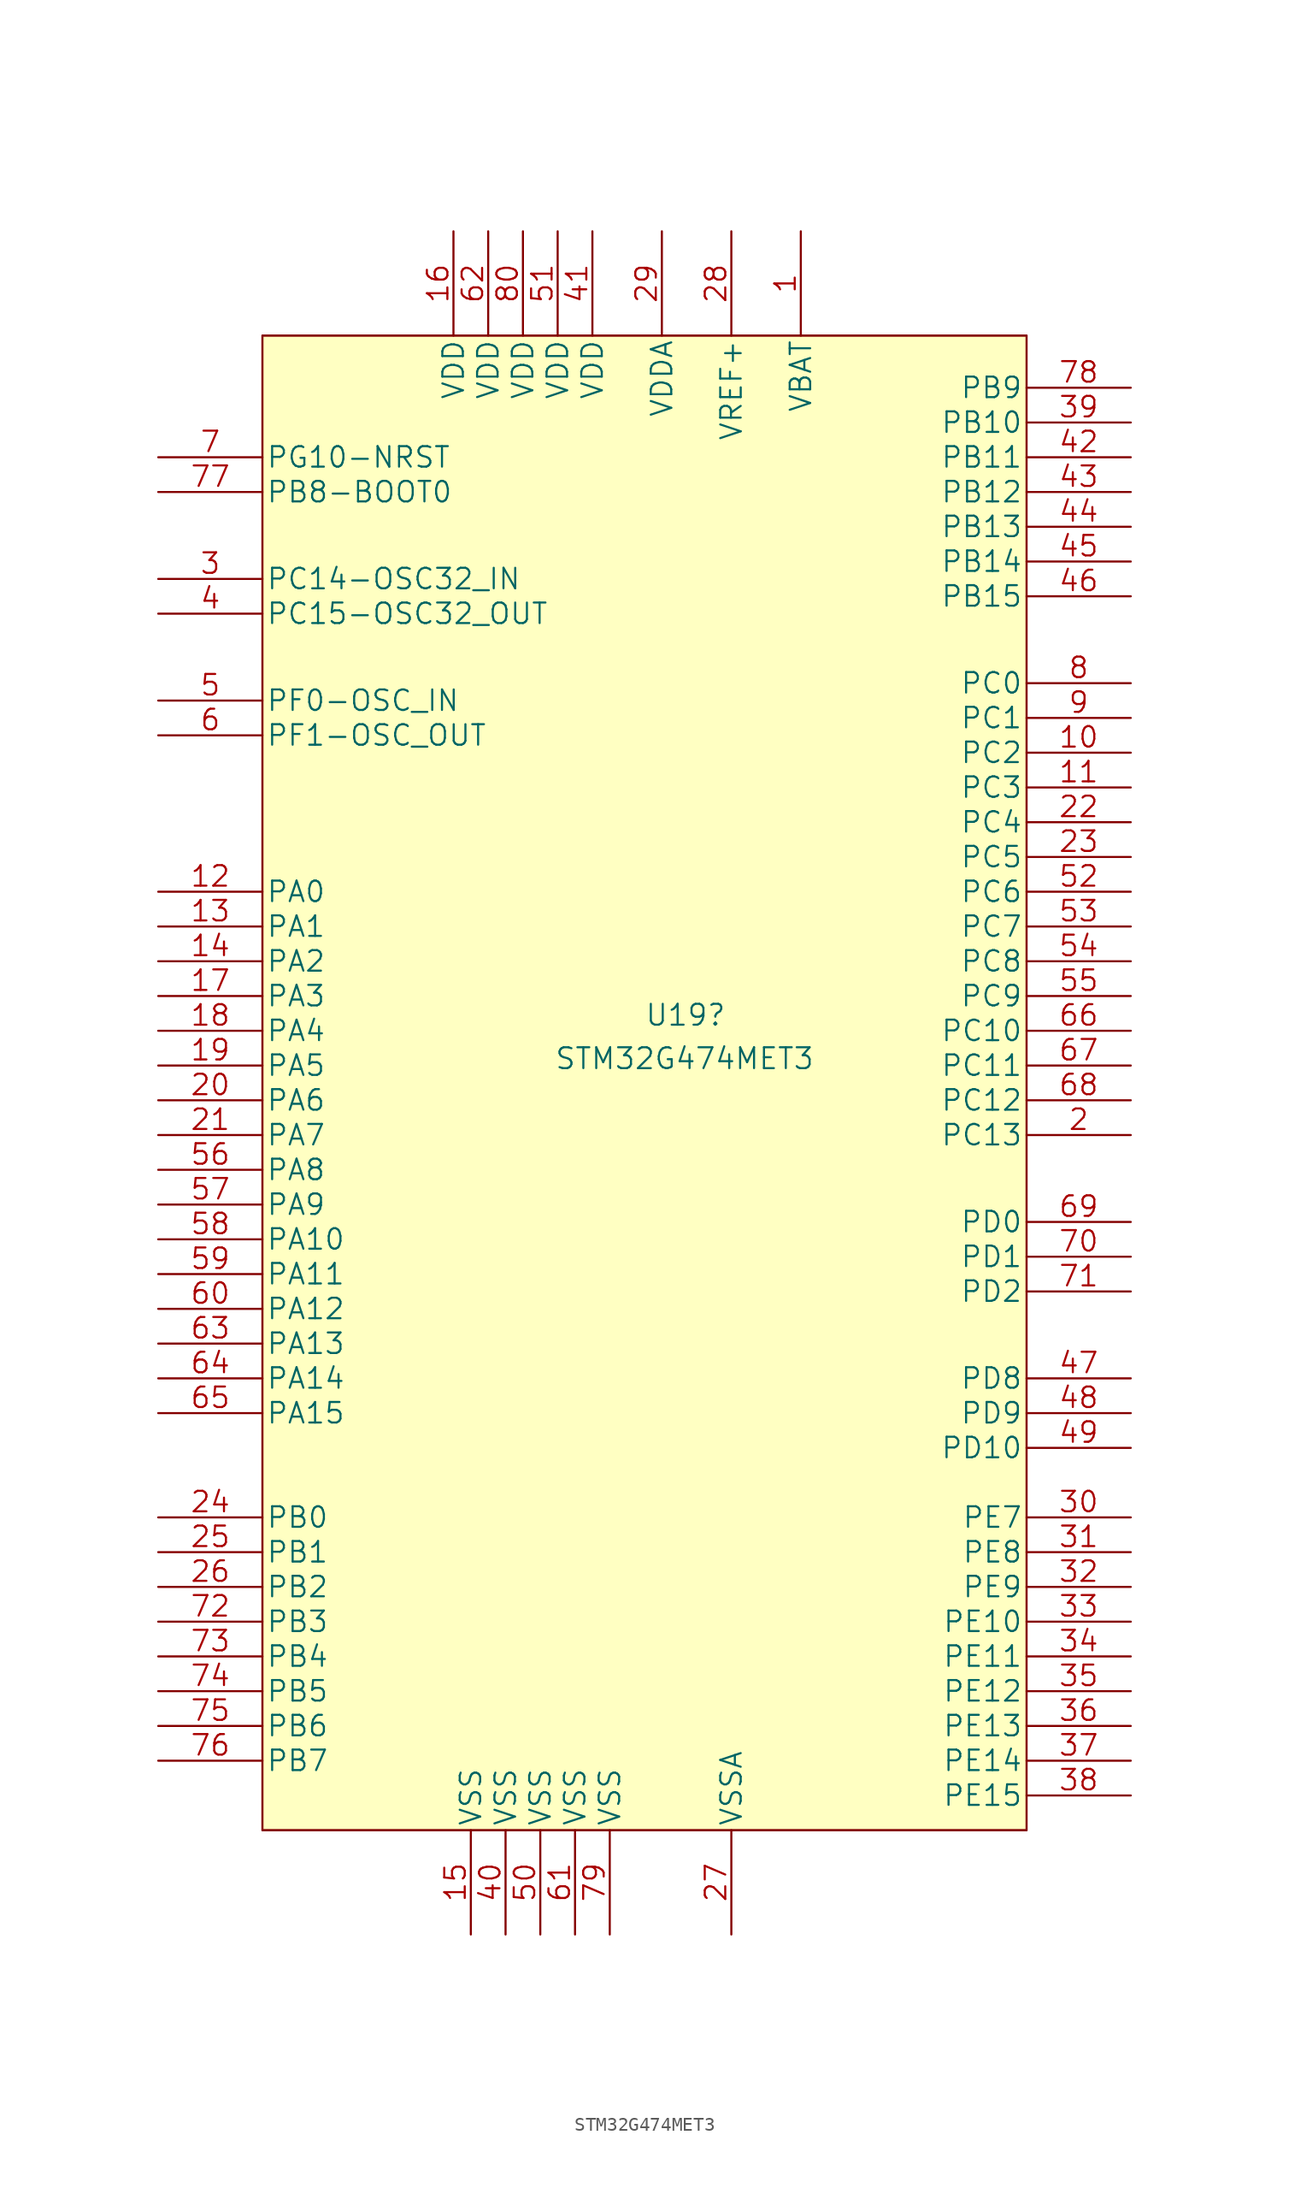
<source format=kicad_sym>
(kicad_symbol_lib
  (version 20220914)
  (generator kicad_symbol_editor)
  (symbol "STM32G474MET3"
    (pin_names
      (offset 0.254))
    (property "Reference" "U19"
      (at 35.56 -44.577 0)
      (effects (font (size 1.524 1.524)) (justify left)))
    (property "Value" "STM32G474MET3"
      (at 28.956 -47.752 0)
      (effects (font (size 1.524 1.524)) (justify left)))
    (property "ki_locked" ""
      (at 0 0 0)
      (effects (font (size 1.27 1.27))))
    (symbol "STM32G474MET3_0_1"
      (rectangle (start 7.62 5.08) (end 63.5 -104.14) (stroke (width 0) (type default)) (fill (type background))))
    (symbol "STM32G474MET3_1_1"
      (polyline (pts (xy 7.62 -104.14) (xy 63.5 -104.14)) (stroke (width 0.127) (type default)) (fill (type none)))
      (polyline (pts (xy 7.62 5.08) (xy 7.62 -104.14)) (stroke (width 0.127) (type default)) (fill (type none)))
      (polyline (pts (xy 63.5 -104.14) (xy 63.5 5.08)) (stroke (width 0.127) (type default)) (fill (type none)))
      (polyline (pts (xy 63.5 5.08) (xy 7.62 5.08)) (stroke (width 0.127) (type default)) (fill (type none)))
      (pin power_in line (at 46.99 12.7 270) (length 7.62) (name "VBAT" (effects (font (size 1.499 1.499)))) (number "1" (effects (font (size 1.499 1.499)))))
      (pin bidirectional line (at 71.12 -25.4 180) (length 7.62) (name "PC2" (effects (font (size 1.499 1.499)))) (number "10" (effects (font (size 1.499 1.499)))))
      (pin bidirectional line (at 71.12 -27.94 180) (length 7.62) (name "PC3" (effects (font (size 1.499 1.499)))) (number "11" (effects (font (size 1.499 1.499)))))
      (pin bidirectional line (at 0 -35.56 0) (length 7.62) (name "PA0" (effects (font (size 1.499 1.499)))) (number "12" (effects (font (size 1.499 1.499)))))
      (pin bidirectional line (at 0 -38.1 0) (length 7.62) (name "PA1" (effects (font (size 1.499 1.499)))) (number "13" (effects (font (size 1.499 1.499)))))
      (pin bidirectional line (at 0 -40.64 0) (length 7.62) (name "PA2" (effects (font (size 1.499 1.499)))) (number "14" (effects (font (size 1.499 1.499)))))
      (pin power_in line (at 22.86 -111.76 90) (length 7.62) (name "VSS" (effects (font (size 1.499 1.499)))) (number "15" (effects (font (size 1.499 1.499)))))
      (pin power_in line (at 21.59 12.7 270) (length 7.62) (name "VDD" (effects (font (size 1.499 1.499)))) (number "16" (effects (font (size 1.499 1.499)))))
      (pin bidirectional line (at 0 -43.18 0) (length 7.62) (name "PA3" (effects (font (size 1.499 1.499)))) (number "17" (effects (font (size 1.499 1.499)))))
      (pin bidirectional line (at 0 -45.72 0) (length 7.62) (name "PA4" (effects (font (size 1.499 1.499)))) (number "18" (effects (font (size 1.499 1.499)))))
      (pin bidirectional line (at 0 -48.26 0) (length 7.62) (name "PA5" (effects (font (size 1.499 1.499)))) (number "19" (effects (font (size 1.499 1.499)))))
      (pin bidirectional line (at 71.12 -53.34 180) (length 7.62) (name "PC13" (effects (font (size 1.499 1.499)))) (number "2" (effects (font (size 1.499 1.499)))))
      (pin bidirectional line (at 0 -50.8 0) (length 7.62) (name "PA6" (effects (font (size 1.499 1.499)))) (number "20" (effects (font (size 1.499 1.499)))))
      (pin bidirectional line (at 0 -53.34 0) (length 7.62) (name "PA7" (effects (font (size 1.499 1.499)))) (number "21" (effects (font (size 1.499 1.499)))))
      (pin bidirectional line (at 71.12 -30.48 180) (length 7.62) (name "PC4" (effects (font (size 1.499 1.499)))) (number "22" (effects (font (size 1.499 1.499)))))
      (pin bidirectional line (at 71.12 -33.02 180) (length 7.62) (name "PC5" (effects (font (size 1.499 1.499)))) (number "23" (effects (font (size 1.499 1.499)))))
      (pin bidirectional line (at 0 -81.28 0) (length 7.62) (name "PB0" (effects (font (size 1.499 1.499)))) (number "24" (effects (font (size 1.499 1.499)))))
      (pin bidirectional line (at 0 -83.82 0) (length 7.62) (name "PB1" (effects (font (size 1.499 1.499)))) (number "25" (effects (font (size 1.499 1.499)))))
      (pin bidirectional line (at 0 -86.36 0) (length 7.62) (name "PB2" (effects (font (size 1.499 1.499)))) (number "26" (effects (font (size 1.499 1.499)))))
      (pin power_in line (at 41.91 -111.76 90) (length 7.62) (name "VSSA" (effects (font (size 1.499 1.499)))) (number "27" (effects (font (size 1.499 1.499)))))
      (pin power_in line (at 41.91 12.7 270) (length 7.62) (name "VREF+" (effects (font (size 1.499 1.499)))) (number "28" (effects (font (size 1.499 1.499)))))
      (pin power_in line (at 36.83 12.7 270) (length 7.62) (name "VDDA" (effects (font (size 1.499 1.499)))) (number "29" (effects (font (size 1.499 1.499)))))
      (pin bidirectional line (at 0 -12.7 0) (length 7.62) (name "PC14-OSC32_IN" (effects (font (size 1.499 1.499)))) (number "3" (effects (font (size 1.499 1.499)))))
      (pin bidirectional line (at 71.12 -81.28 180) (length 7.62) (name "PE7" (effects (font (size 1.499 1.499)))) (number "30" (effects (font (size 1.499 1.499)))))
      (pin bidirectional line (at 71.12 -83.82 180) (length 7.62) (name "PE8" (effects (font (size 1.499 1.499)))) (number "31" (effects (font (size 1.499 1.499)))))
      (pin bidirectional line (at 71.12 -86.36 180) (length 7.62) (name "PE9" (effects (font (size 1.499 1.499)))) (number "32" (effects (font (size 1.499 1.499)))))
      (pin bidirectional line (at 71.12 -88.9 180) (length 7.62) (name "PE10" (effects (font (size 1.499 1.499)))) (number "33" (effects (font (size 1.499 1.499)))))
      (pin bidirectional line (at 71.12 -91.44 180) (length 7.62) (name "PE11" (effects (font (size 1.499 1.499)))) (number "34" (effects (font (size 1.499 1.499)))))
      (pin bidirectional line (at 71.12 -93.98 180) (length 7.62) (name "PE12" (effects (font (size 1.499 1.499)))) (number "35" (effects (font (size 1.499 1.499)))))
      (pin bidirectional line (at 71.12 -96.52 180) (length 7.62) (name "PE13" (effects (font (size 1.499 1.499)))) (number "36" (effects (font (size 1.499 1.499)))))
      (pin bidirectional line (at 71.12 -99.06 180) (length 7.62) (name "PE14" (effects (font (size 1.499 1.499)))) (number "37" (effects (font (size 1.499 1.499)))))
      (pin bidirectional line (at 71.12 -101.6 180) (length 7.62) (name "PE15" (effects (font (size 1.499 1.499)))) (number "38" (effects (font (size 1.499 1.499)))))
      (pin bidirectional line (at 71.12 -1.27 180) (length 7.62) (name "PB10" (effects (font (size 1.499 1.499)))) (number "39" (effects (font (size 1.499 1.499)))))
      (pin output line (at 0 -15.24 0) (length 7.62) (name "PC15-OSC32_OUT" (effects (font (size 1.499 1.499)))) (number "4" (effects (font (size 1.499 1.499)))))
      (pin power_in line (at 25.4 -111.76 90) (length 7.62) (name "VSS" (effects (font (size 1.499 1.499)))) (number "40" (effects (font (size 1.499 1.499)))))
      (pin power_in line (at 31.75 12.7 270) (length 7.62) (name "VDD" (effects (font (size 1.499 1.499)))) (number "41" (effects (font (size 1.499 1.499)))))
      (pin bidirectional line (at 71.12 -3.81 180) (length 7.62) (name "PB11" (effects (font (size 1.499 1.499)))) (number "42" (effects (font (size 1.499 1.499)))))
      (pin bidirectional line (at 71.12 -6.35 180) (length 7.62) (name "PB12" (effects (font (size 1.499 1.499)))) (number "43" (effects (font (size 1.499 1.499)))))
      (pin bidirectional line (at 71.12 -8.89 180) (length 7.62) (name "PB13" (effects (font (size 1.499 1.499)))) (number "44" (effects (font (size 1.499 1.499)))))
      (pin bidirectional line (at 71.12 -11.43 180) (length 7.62) (name "PB14" (effects (font (size 1.499 1.499)))) (number "45" (effects (font (size 1.499 1.499)))))
      (pin bidirectional line (at 71.12 -13.97 180) (length 7.62) (name "PB15" (effects (font (size 1.499 1.499)))) (number "46" (effects (font (size 1.499 1.499)))))
      (pin bidirectional line (at 71.12 -71.12 180) (length 7.62) (name "PD8" (effects (font (size 1.499 1.499)))) (number "47" (effects (font (size 1.499 1.499)))))
      (pin bidirectional line (at 71.12 -73.66 180) (length 7.62) (name "PD9" (effects (font (size 1.499 1.499)))) (number "48" (effects (font (size 1.499 1.499)))))
      (pin bidirectional line (at 71.12 -76.2 180) (length 7.62) (name "PD10" (effects (font (size 1.499 1.499)))) (number "49" (effects (font (size 1.499 1.499)))))
      (pin bidirectional line (at 0 -21.59 0) (length 7.62) (name "PF0-OSC_IN" (effects (font (size 1.499 1.499)))) (number "5" (effects (font (size 1.499 1.499)))))
      (pin power_in line (at 27.94 -111.76 90) (length 7.62) (name "VSS" (effects (font (size 1.499 1.499)))) (number "50" (effects (font (size 1.499 1.499)))))
      (pin power_in line (at 29.21 12.7 270) (length 7.62) (name "VDD" (effects (font (size 1.499 1.499)))) (number "51" (effects (font (size 1.499 1.499)))))
      (pin bidirectional line (at 71.12 -35.56 180) (length 7.62) (name "PC6" (effects (font (size 1.499 1.499)))) (number "52" (effects (font (size 1.499 1.499)))))
      (pin bidirectional line (at 71.12 -38.1 180) (length 7.62) (name "PC7" (effects (font (size 1.499 1.499)))) (number "53" (effects (font (size 1.499 1.499)))))
      (pin bidirectional line (at 71.12 -40.64 180) (length 7.62) (name "PC8" (effects (font (size 1.499 1.499)))) (number "54" (effects (font (size 1.499 1.499)))))
      (pin bidirectional line (at 71.12 -43.18 180) (length 7.62) (name "PC9" (effects (font (size 1.499 1.499)))) (number "55" (effects (font (size 1.499 1.499)))))
      (pin bidirectional line (at 0 -55.88 0) (length 7.62) (name "PA8" (effects (font (size 1.499 1.499)))) (number "56" (effects (font (size 1.499 1.499)))))
      (pin bidirectional line (at 0 -58.42 0) (length 7.62) (name "PA9" (effects (font (size 1.499 1.499)))) (number "57" (effects (font (size 1.499 1.499)))))
      (pin bidirectional line (at 0 -60.96 0) (length 7.62) (name "PA10" (effects (font (size 1.499 1.499)))) (number "58" (effects (font (size 1.499 1.499)))))
      (pin bidirectional line (at 0 -63.5 0) (length 7.62) (name "PA11" (effects (font (size 1.499 1.499)))) (number "59" (effects (font (size 1.499 1.499)))))
      (pin output line (at 0 -24.13 0) (length 7.62) (name "PF1-OSC_OUT" (effects (font (size 1.499 1.499)))) (number "6" (effects (font (size 1.499 1.499)))))
      (pin bidirectional line (at 0 -66.04 0) (length 7.62) (name "PA12" (effects (font (size 1.499 1.499)))) (number "60" (effects (font (size 1.499 1.499)))))
      (pin power_in line (at 30.48 -111.76 90) (length 7.62) (name "VSS" (effects (font (size 1.499 1.499)))) (number "61" (effects (font (size 1.499 1.499)))))
      (pin power_in line (at 24.13 12.7 270) (length 7.62) (name "VDD" (effects (font (size 1.499 1.499)))) (number "62" (effects (font (size 1.499 1.499)))))
      (pin bidirectional line (at 0 -68.58 0) (length 7.62) (name "PA13" (effects (font (size 1.499 1.499)))) (number "63" (effects (font (size 1.499 1.499)))))
      (pin bidirectional line (at 0 -71.12 0) (length 7.62) (name "PA14" (effects (font (size 1.499 1.499)))) (number "64" (effects (font (size 1.499 1.499)))))
      (pin bidirectional line (at 0 -73.66 0) (length 7.62) (name "PA15" (effects (font (size 1.499 1.499)))) (number "65" (effects (font (size 1.499 1.499)))))
      (pin bidirectional line (at 71.12 -45.72 180) (length 7.62) (name "PC10" (effects (font (size 1.499 1.499)))) (number "66" (effects (font (size 1.499 1.499)))))
      (pin bidirectional line (at 71.12 -48.26 180) (length 7.62) (name "PC11" (effects (font (size 1.499 1.499)))) (number "67" (effects (font (size 1.499 1.499)))))
      (pin bidirectional line (at 71.12 -50.8 180) (length 7.62) (name "PC12" (effects (font (size 1.499 1.499)))) (number "68" (effects (font (size 1.499 1.499)))))
      (pin bidirectional line (at 71.12 -59.69 180) (length 7.62) (name "PD0" (effects (font (size 1.499 1.499)))) (number "69" (effects (font (size 1.499 1.499)))))
      (pin input line (at 0 -3.81 0) (length 7.62) (name "PG10-NRST" (effects (font (size 1.499 1.499)))) (number "7" (effects (font (size 1.499 1.499)))))
      (pin bidirectional line (at 71.12 -62.23 180) (length 7.62) (name "PD1" (effects (font (size 1.499 1.499)))) (number "70" (effects (font (size 1.499 1.499)))))
      (pin bidirectional line (at 71.12 -64.77 180) (length 7.62) (name "PD2" (effects (font (size 1.499 1.499)))) (number "71" (effects (font (size 1.499 1.499)))))
      (pin bidirectional line (at 0 -88.9 0) (length 7.62) (name "PB3" (effects (font (size 1.499 1.499)))) (number "72" (effects (font (size 1.499 1.499)))))
      (pin bidirectional line (at 0 -91.44 0) (length 7.62) (name "PB4" (effects (font (size 1.499 1.499)))) (number "73" (effects (font (size 1.499 1.499)))))
      (pin bidirectional line (at 0 -93.98 0) (length 7.62) (name "PB5" (effects (font (size 1.499 1.499)))) (number "74" (effects (font (size 1.499 1.499)))))
      (pin bidirectional line (at 0 -96.52 0) (length 7.62) (name "PB6" (effects (font (size 1.499 1.499)))) (number "75" (effects (font (size 1.499 1.499)))))
      (pin bidirectional line (at 0 -99.06 0) (length 7.62) (name "PB7" (effects (font (size 1.499 1.499)))) (number "76" (effects (font (size 1.499 1.499)))))
      (pin input line (at 0 -6.35 0) (length 7.62) (name "PB8-BOOT0" (effects (font (size 1.499 1.499)))) (number "77" (effects (font (size 1.499 1.499)))))
      (pin bidirectional line (at 71.12 1.27 180) (length 7.62) (name "PB9" (effects (font (size 1.499 1.499)))) (number "78" (effects (font (size 1.499 1.499)))))
      (pin power_in line (at 33.02 -111.76 90) (length 7.62) (name "VSS" (effects (font (size 1.499 1.499)))) (number "79" (effects (font (size 1.499 1.499)))))
      (pin bidirectional line (at 71.12 -20.32 180) (length 7.62) (name "PC0" (effects (font (size 1.499 1.499)))) (number "8" (effects (font (size 1.499 1.499)))))
      (pin power_in line (at 26.67 12.7 270) (length 7.62) (name "VDD" (effects (font (size 1.499 1.499)))) (number "80" (effects (font (size 1.499 1.499)))))
      (pin bidirectional line (at 71.12 -22.86 180) (length 7.62) (name "PC1" (effects (font (size 1.499 1.499)))) (number "9" (effects (font (size 1.499 1.499))))))))
</source>
